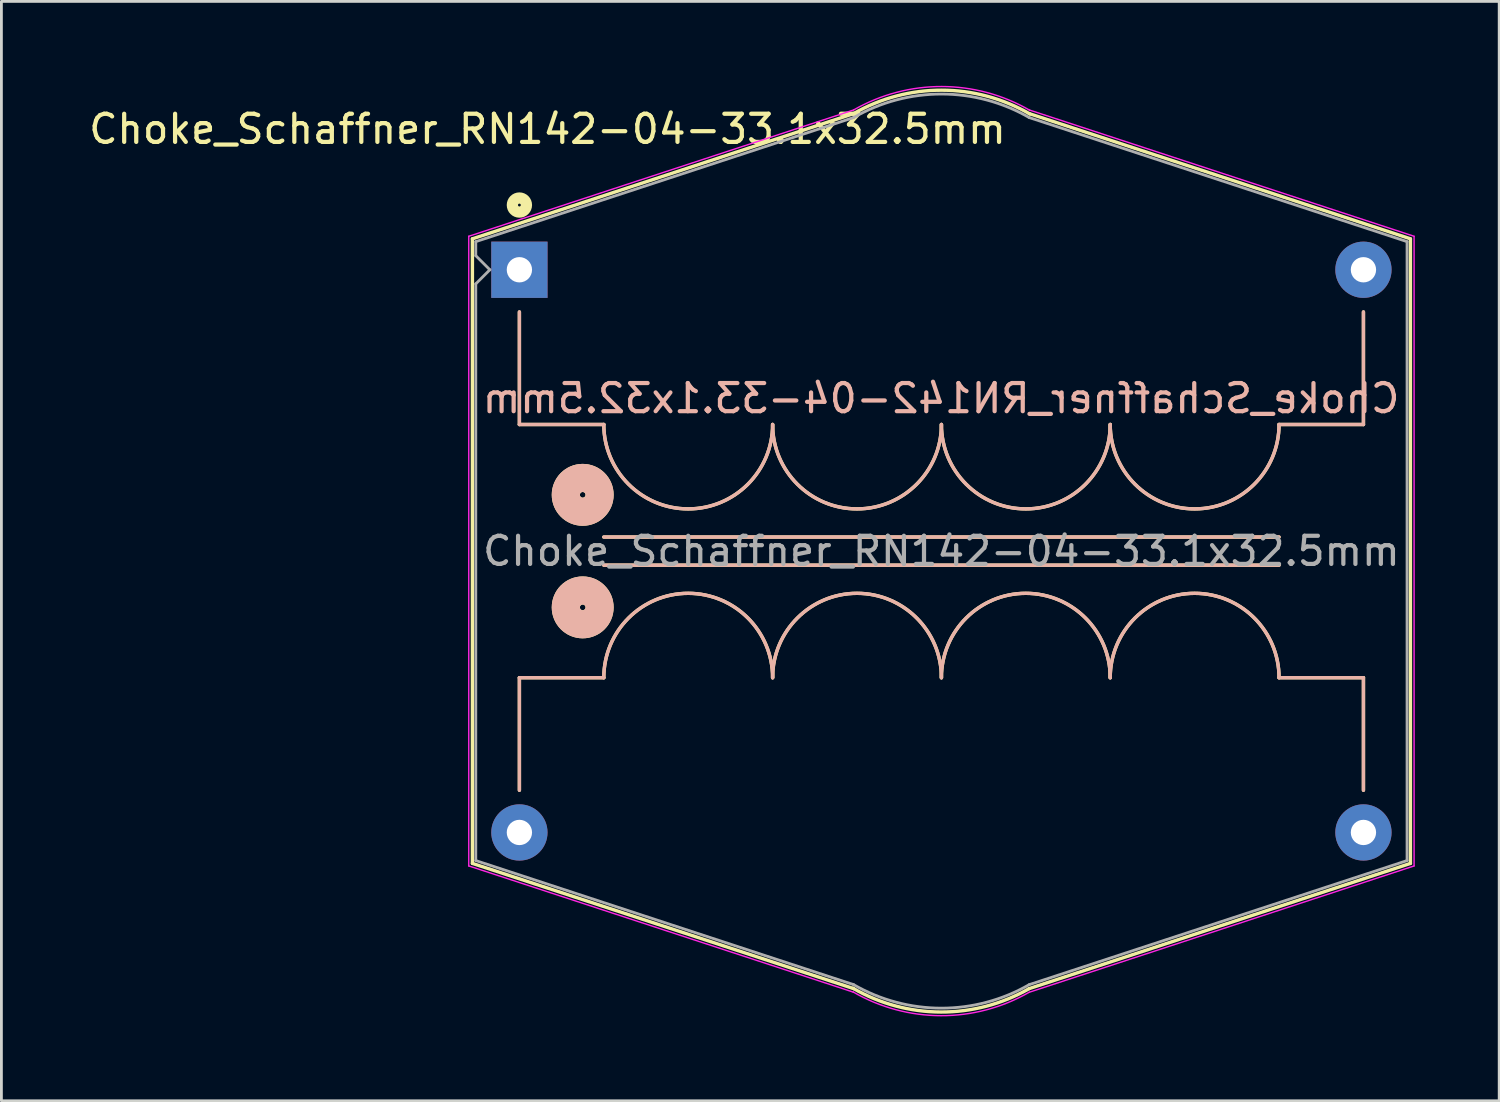
<source format=kicad_pcb>
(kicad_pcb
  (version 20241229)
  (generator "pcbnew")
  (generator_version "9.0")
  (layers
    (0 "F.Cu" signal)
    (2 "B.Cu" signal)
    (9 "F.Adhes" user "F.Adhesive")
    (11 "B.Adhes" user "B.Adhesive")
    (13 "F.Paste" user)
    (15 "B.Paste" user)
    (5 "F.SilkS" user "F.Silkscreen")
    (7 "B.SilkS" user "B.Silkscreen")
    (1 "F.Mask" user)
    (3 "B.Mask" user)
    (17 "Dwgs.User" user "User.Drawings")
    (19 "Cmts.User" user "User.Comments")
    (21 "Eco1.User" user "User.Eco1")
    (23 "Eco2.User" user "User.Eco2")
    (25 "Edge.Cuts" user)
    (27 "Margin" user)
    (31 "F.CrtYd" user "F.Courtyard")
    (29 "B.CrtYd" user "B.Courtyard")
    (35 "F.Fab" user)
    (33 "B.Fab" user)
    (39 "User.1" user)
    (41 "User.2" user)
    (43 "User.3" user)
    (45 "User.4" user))
  (footprint "Choke_Schaffner_RN142-04-33.1x32.5mm"
    (layer "F.Cu")
    (at 15.411 6.538)
    (property "Reference" "Choke_Schaffner_RN142-04-33.1x32.5mm" (at 1 -5 0) (layer "F.SilkS") (effects (font (size 1 1) (thickness 0.15))))
    (fp_line (start -1.67 -1.1) (end 11.88 -5.55) (stroke (width 0.12) (type solid)) (layer "F.SilkS"))
    (fp_line (start -1.67 21.1) (end -1.67 -1.1) (stroke (width 0.12) (type solid)) (layer "F.SilkS"))
    (fp_line (start 0 5.5) (end 0 1.5) (stroke (width 0.12) (type solid)) (layer "F.SilkS"))
    (fp_line (start 0 14.5) (end 0 18.5) (stroke (width 0.12) (type solid)) (layer "F.SilkS"))
    (fp_line (start 3 5.5) (end 0 5.5) (stroke (width 0.12) (type solid)) (layer "F.SilkS"))
    (fp_line (start 3 9.5) (end 27 9.5) (stroke (width 0.12) (type solid)) (layer "F.SilkS"))
    (fp_line (start 3 14.5) (end 0 14.5) (stroke (width 0.12) (type solid)) (layer "F.SilkS"))
    (fp_line (start 11.88 25.55) (end -1.67 21.1) (stroke (width 0.12) (type solid)) (layer "F.SilkS"))
    (fp_line (start 18.12 -5.55) (end 31.67 -1.1) (stroke (width 0.12) (type solid)) (layer "F.SilkS"))
    (fp_line (start 27 5.5) (end 30 5.5) (stroke (width 0.12) (type solid)) (layer "F.SilkS"))
    (fp_line (start 27 10.5) (end 3 10.5) (stroke (width 0.12) (type solid)) (layer "F.SilkS"))
    (fp_line (start 27 14.5) (end 30 14.5) (stroke (width 0.12) (type solid)) (layer "F.SilkS"))
    (fp_line (start 30 5.5) (end 30 1.5) (stroke (width 0.12) (type solid)) (layer "F.SilkS"))
    (fp_line (start 30 14.5) (end 30 18.5) (stroke (width 0.12) (type solid)) (layer "F.SilkS"))
    (fp_line (start 31.67 -1.1) (end 31.67 21.1) (stroke (width 0.12) (type solid)) (layer "F.SilkS"))
    (fp_line (start 31.67 21.1) (end 18.12 25.55) (stroke (width 0.12) (type solid)) (layer "F.SilkS"))
    (fp_arc (start 3 14.5) (mid 6 11.5) (end 9 14.5) (stroke (width 0.12) (type solid)) (layer "F.SilkS"))
    (fp_arc (start 9 5.5) (mid 6 8.5) (end 3 5.5) (stroke (width 0.12) (type solid)) (layer "F.SilkS"))
    (fp_arc (start 9 14.5) (mid 12 11.5) (end 15 14.5) (stroke (width 0.12) (type solid)) (layer "F.SilkS"))
    (fp_arc (start 11.88 -5.55) (mid 15.013001 -6.382518) (end 18.142518 -5.536999) (stroke (width 0.12) (type solid)) (layer "F.SilkS"))
    (fp_arc (start 15 5.5) (mid 12 8.5) (end 9 5.5) (stroke (width 0.12) (type solid)) (layer "F.SilkS"))
    (fp_arc (start 15 14.5) (mid 18 11.5) (end 21 14.5) (stroke (width 0.12) (type solid)) (layer "F.SilkS"))
    (fp_arc (start 18.12 25.55) (mid 14.986999 26.382518) (end 11.857482 25.536999) (stroke (width 0.12) (type solid)) (layer "F.SilkS"))
    (fp_arc (start 21 5.5) (mid 18 8.5) (end 15 5.5) (stroke (width 0.12) (type solid)) (layer "F.SilkS"))
    (fp_arc (start 21 14.5) (mid 24 11.5) (end 27 14.5) (stroke (width 0.12) (type solid)) (layer "F.SilkS"))
    (fp_arc (start 27 5.5) (mid 24 8.5) (end 21 5.5) (stroke (width 0.12) (type solid)) (layer "F.SilkS"))
    (fp_circle (center 0 -2.3) (end 0.05 -2.3) (stroke (width 0.4) (type solid)) (fill no) (layer "F.SilkS"))
    (fp_circle (center 2.25 8) (end 2.35 8) (stroke (width 1) (type solid)) (fill no) (layer "F.SilkS"))
    (fp_circle (center 2.25 12) (end 2.35 12) (stroke (width 1) (type solid)) (fill no) (layer "F.SilkS"))
    (fp_line (start 0 5.5) (end 0 1.5) (stroke (width 0.12) (type solid)) (layer "B.SilkS"))
    (fp_line (start 0 14.5) (end 0 18.5) (stroke (width 0.12) (type solid)) (layer "B.SilkS"))
    (fp_line (start 3 5.5) (end 0 5.5) (stroke (width 0.12) (type solid)) (layer "B.SilkS"))
    (fp_line (start 3 10.5) (end 27 10.5) (stroke (width 0.12) (type solid)) (layer "B.SilkS"))
    (fp_line (start 3 14.5) (end 0 14.5) (stroke (width 0.12) (type solid)) (layer "B.SilkS"))
    (fp_line (start 27 5.5) (end 30 5.5) (stroke (width 0.12) (type solid)) (layer "B.SilkS"))
    (fp_line (start 27 9.5) (end 3 9.5) (stroke (width 0.12) (type solid)) (layer "B.SilkS"))
    (fp_line (start 27 14.5) (end 30 14.5) (stroke (width 0.12) (type solid)) (layer "B.SilkS"))
    (fp_line (start 30 5.5) (end 30 1.5) (stroke (width 0.12) (type solid)) (layer "B.SilkS"))
    (fp_line (start 30 14.5) (end 30 18.5) (stroke (width 0.12) (type solid)) (layer "B.SilkS"))
    (fp_arc (start 3 14.5) (mid 6 11.5) (end 9 14.5) (stroke (width 0.12) (type solid)) (layer "B.SilkS"))
    (fp_arc (start 9 5.5) (mid 6 8.5) (end 3 5.5) (stroke (width 0.12) (type solid)) (layer "B.SilkS"))
    (fp_arc (start 9 14.5) (mid 12 11.5) (end 15 14.5) (stroke (width 0.12) (type solid)) (layer "B.SilkS"))
    (fp_arc (start 15 5.5) (mid 12 8.5) (end 9 5.5) (stroke (width 0.12) (type solid)) (layer "B.SilkS"))
    (fp_arc (start 15 14.5) (mid 18 11.5) (end 21 14.5) (stroke (width 0.12) (type solid)) (layer "B.SilkS"))
    (fp_arc (start 21 5.5) (mid 18 8.5) (end 15 5.5) (stroke (width 0.12) (type solid)) (layer "B.SilkS"))
    (fp_arc (start 21 14.5) (mid 24 11.5) (end 27 14.5) (stroke (width 0.12) (type solid)) (layer "B.SilkS"))
    (fp_arc (start 27 5.5) (mid 24 8.5) (end 21 5.5) (stroke (width 0.12) (type solid)) (layer "B.SilkS"))
    (fp_circle (center 2.25 8) (end 2.35 8) (stroke (width 1) (type solid)) (fill no) (layer "B.SilkS"))
    (fp_circle (center 2.25 12) (end 2.35 12) (stroke (width 1) (type solid)) (fill no) (layer "B.SilkS"))
    (fp_line (start -1.8 -1.19) (end 11.88 -5.68) (stroke (width 0.05) (type solid)) (layer "F.CrtYd"))
    (fp_line (start -1.8 21.19) (end -1.8 -1.19) (stroke (width 0.05) (type solid)) (layer "F.CrtYd"))
    (fp_line (start 11.88 25.68) (end -1.8 21.19) (stroke (width 0.05) (type solid)) (layer "F.CrtYd"))
    (fp_line (start 18.12 -5.68) (end 31.8 -1.19) (stroke (width 0.05) (type solid)) (layer "F.CrtYd"))
    (fp_line (start 31.8 -1.19) (end 31.8 21.19) (stroke (width 0.05) (type solid)) (layer "F.CrtYd"))
    (fp_line (start 31.8 21.19) (end 18.12 25.68) (stroke (width 0.05) (type solid)) (layer "F.CrtYd"))
    (fp_arc (start 11.88 -5.68) (mid 15.013001 -6.512518) (end 18.142518 -5.666999) (stroke (width 0.05) (type solid)) (layer "F.CrtYd"))
    (fp_arc (start 18.12 25.68) (mid 14.986999 26.512518) (end 11.857482 25.666999) (stroke (width 0.05) (type solid)) (layer "F.CrtYd"))
    (fp_line (start -1.55 -1) (end 11.88 -5.41) (stroke (width 0.1) (type solid)) (layer "F.Fab"))
    (fp_line (start -1.55 -0.5) (end -1.55 -1) (stroke (width 0.1) (type solid)) (layer "F.Fab"))
    (fp_line (start -1.55 0.5) (end -1.05 0) (stroke (width 0.1) (type solid)) (layer "F.Fab"))
    (fp_line (start -1.55 21) (end -1.55 0.5) (stroke (width 0.1) (type solid)) (layer "F.Fab"))
    (fp_line (start -1.05 0) (end -1.55 -0.5) (stroke (width 0.1) (type solid)) (layer "F.Fab"))
    (fp_line (start 11.88 25.41) (end -1.55 21) (stroke (width 0.1) (type solid)) (layer "F.Fab"))
    (fp_line (start 18.12 -5.41) (end 31.55 -1) (stroke (width 0.1) (type solid)) (layer "F.Fab"))
    (fp_line (start 31.55 -1) (end 31.55 21) (stroke (width 0.1) (type solid)) (layer "F.Fab"))
    (fp_line (start 31.55 21) (end 18.12 25.41) (stroke (width 0.1) (type solid)) (layer "F.Fab"))
    (fp_arc (start 11.88 -5.41) (mid 15.003001 -6.245197) (end 18.125197 -5.406999) (stroke (width 0.1) (type solid)) (layer "F.Fab"))
    (fp_arc (start 18.12 25.41) (mid 14.996999 26.245197) (end 11.874803 25.406999) (stroke (width 0.1) (type solid)) (layer "F.Fab"))
    (fp_text user "${REFERENCE}" (at 14.986 4.572 0) (layer "B.SilkS") (effects (font (size 1 1) (thickness 0.15)) (justify mirror)))
    (fp_text user "${REFERENCE}" (at 15 10 0) (layer "F.Fab") (effects (font (size 1 1) (thickness 0.15))))
    (pad "1" thru_hole rect (at 0 0) (size 2 2) (drill 0.9) (layers "*.Cu" "*.Mask"))
    (pad "2" thru_hole circle (at 30 0) (size 2 2) (drill 0.9) (layers "*.Cu" "*.Mask"))
    (pad "3" thru_hole circle (at 0 20) (size 2 2) (drill 0.9) (layers "*.Cu" "*.Mask"))
    (pad "4" thru_hole circle (at 30 20) (size 2 2) (drill 0.9) (layers "*.Cu" "*.Mask")))
  (gr_rect
    (start -3 -3)
    (end 50.236 36.075)
    (stroke (width 0.1) (type default))
    (fill no)
    (layer "Edge.Cuts")))
</source>
